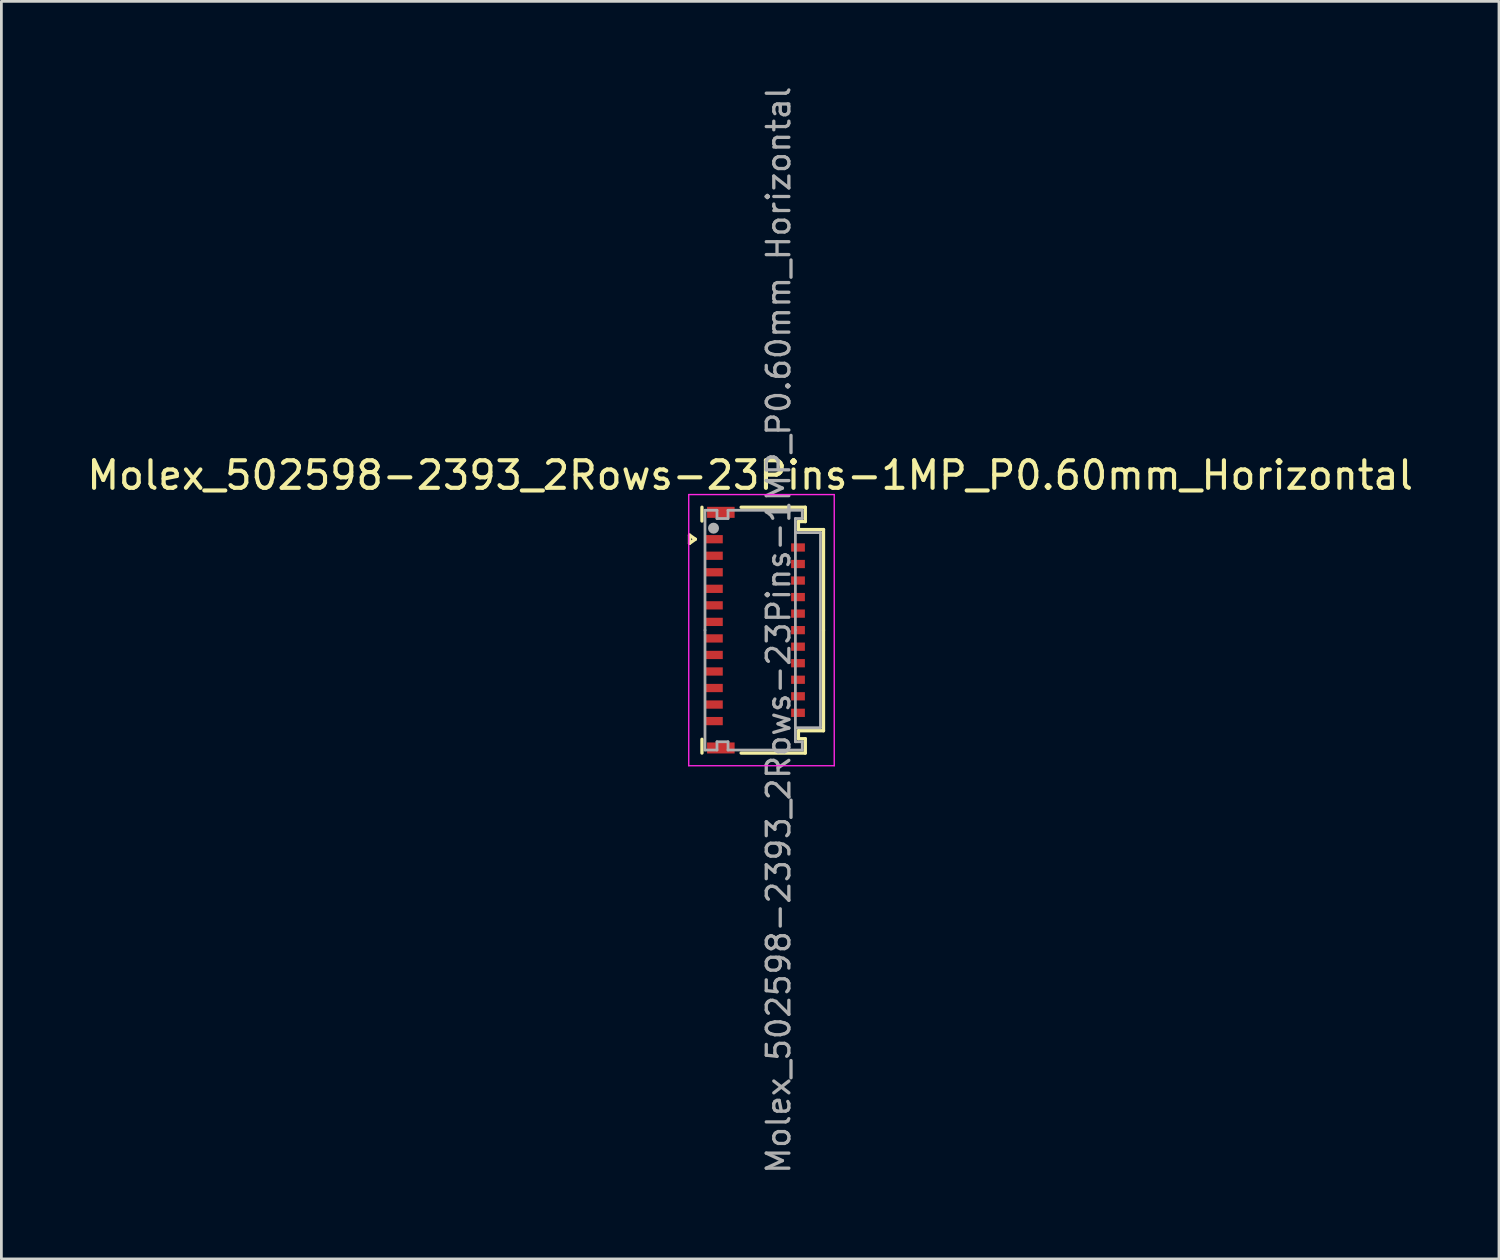
<source format=kicad_pcb>
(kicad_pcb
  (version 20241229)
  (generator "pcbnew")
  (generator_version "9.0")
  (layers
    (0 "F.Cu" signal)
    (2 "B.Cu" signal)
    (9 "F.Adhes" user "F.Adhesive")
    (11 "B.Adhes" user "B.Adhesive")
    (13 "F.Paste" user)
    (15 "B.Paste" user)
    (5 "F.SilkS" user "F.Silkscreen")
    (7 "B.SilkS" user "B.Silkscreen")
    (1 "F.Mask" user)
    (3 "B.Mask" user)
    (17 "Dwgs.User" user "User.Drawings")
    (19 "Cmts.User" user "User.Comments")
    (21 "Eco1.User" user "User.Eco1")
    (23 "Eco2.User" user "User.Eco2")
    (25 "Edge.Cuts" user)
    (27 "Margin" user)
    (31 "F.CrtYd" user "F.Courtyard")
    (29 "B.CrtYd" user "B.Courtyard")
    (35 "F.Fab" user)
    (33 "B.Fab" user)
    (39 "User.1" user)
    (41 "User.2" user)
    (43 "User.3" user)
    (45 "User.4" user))
  (footprint "Molex_502598-2393_2Rows-23Pins-1MP_P0.60mm_Horizontal"
    (layer "F.Cu")
    (at 24.243 19.817)
    (property "Reference" "Molex_502598-2393_2Rows-23Pins-1MP_P0.60mm_Horizontal" (at -0.07 -5.62 180) (layer "F.SilkS") (effects (font (size 1 1) (thickness 0.15))))
    (attr smd)
    (fp_line (start -2.272 -3.45) (end -2.06 -3.3) (stroke (width 0.12) (type solid)) (layer "F.SilkS"))
    (fp_line (start -2.272 -3.15) (end -2.272 -3.45) (stroke (width 0.12) (type solid)) (layer "F.SilkS"))
    (fp_line (start -2.06 -3.3) (end -2.272 -3.15) (stroke (width 0.12) (type solid)) (layer "F.SilkS"))
    (fp_line (start -1.82 -3.96) (end -1.82 -4.46) (stroke (width 0.12) (type solid)) (layer "F.SilkS"))
    (fp_line (start -1.82 3.96) (end -1.82 4.46) (stroke (width 0.12) (type solid)) (layer "F.SilkS"))
    (fp_line (start -0.4 -4.46) (end 1.93 -4.46) (stroke (width 0.12) (type solid)) (layer "F.SilkS"))
    (fp_line (start -0.4 4.46) (end 1.93 4.46) (stroke (width 0.12) (type solid)) (layer "F.SilkS"))
    (fp_line (start 1.68 -3.94) (end 1.68 -3.65) (stroke (width 0.12) (type solid)) (layer "F.SilkS"))
    (fp_line (start 1.68 -3.65) (end 2.59 -3.65) (stroke (width 0.12) (type solid)) (layer "F.SilkS"))
    (fp_line (start 1.68 3.65) (end 2.59 3.65) (stroke (width 0.12) (type solid)) (layer "F.SilkS"))
    (fp_line (start 1.68 3.94) (end 1.68 3.65) (stroke (width 0.12) (type solid)) (layer "F.SilkS"))
    (fp_line (start 1.93 -4.46) (end 1.93 -3.94) (stroke (width 0.12) (type solid)) (layer "F.SilkS"))
    (fp_line (start 1.93 -3.94) (end 1.68 -3.94) (stroke (width 0.12) (type solid)) (layer "F.SilkS"))
    (fp_line (start 1.93 3.94) (end 1.68 3.94) (stroke (width 0.12) (type solid)) (layer "F.SilkS"))
    (fp_line (start 1.93 4.46) (end 1.93 3.94) (stroke (width 0.12) (type solid)) (layer "F.SilkS"))
    (fp_line (start 2.59 -3.65) (end 2.59 0) (stroke (width 0.12) (type solid)) (layer "F.SilkS"))
    (fp_line (start 2.59 3.65) (end 2.59 0) (stroke (width 0.12) (type solid)) (layer "F.SilkS"))
    (fp_line (start -2.3 -4.92) (end -2.3 4.92) (stroke (width 0.05) (type solid)) (layer "F.CrtYd"))
    (fp_line (start -2.3 4.92) (end 2.98 4.92) (stroke (width 0.05) (type solid)) (layer "F.CrtYd"))
    (fp_line (start 2.98 -4.92) (end -2.3 -4.92) (stroke (width 0.05) (type solid)) (layer "F.CrtYd"))
    (fp_line (start 2.98 4.92) (end 2.98 -4.92) (stroke (width 0.05) (type solid)) (layer "F.CrtYd"))
    (fp_line (start -1.71 -4.35) (end -1.275 -4.35) (stroke (width 0.1) (type solid)) (layer "F.Fab"))
    (fp_line (start -1.71 0) (end -1.71 -4.35) (stroke (width 0.1) (type solid)) (layer "F.Fab"))
    (fp_line (start -1.71 0) (end -1.71 4.35) (stroke (width 0.1) (type solid)) (layer "F.Fab"))
    (fp_line (start -1.71 4.35) (end -1.275 4.35) (stroke (width 0.1) (type solid)) (layer "F.Fab"))
    (fp_line (start -1.275 -4.35) (end -1.275 -4.05) (stroke (width 0.1) (type solid)) (layer "F.Fab"))
    (fp_line (start -1.275 -4.05) (end -0.875 -4.05) (stroke (width 0.1) (type solid)) (layer "F.Fab"))
    (fp_line (start -1.275 4.05) (end -0.875 4.05) (stroke (width 0.1) (type solid)) (layer "F.Fab"))
    (fp_line (start -1.275 4.35) (end -1.275 4.05) (stroke (width 0.1) (type solid)) (layer "F.Fab"))
    (fp_line (start -0.875 -4.35) (end 1.82 -4.35) (stroke (width 0.1) (type solid)) (layer "F.Fab"))
    (fp_line (start -0.875 -4.05) (end -0.875 -4.35) (stroke (width 0.1) (type solid)) (layer "F.Fab"))
    (fp_line (start -0.875 4.05) (end -0.875 4.35) (stroke (width 0.1) (type solid)) (layer "F.Fab"))
    (fp_line (start -0.875 4.35) (end 1.82 4.35) (stroke (width 0.1) (type solid)) (layer "F.Fab"))
    (fp_line (start 1.57 -4.05) (end 1.57 0) (stroke (width 0.1) (type solid)) (layer "F.Fab"))
    (fp_line (start 1.57 -3.54) (end 2.48 -3.54) (stroke (width 0.1) (type solid)) (layer "F.Fab"))
    (fp_line (start 1.57 4.05) (end 1.57 0) (stroke (width 0.1) (type solid)) (layer "F.Fab"))
    (fp_line (start 1.82 -4.35) (end 1.82 -4.05) (stroke (width 0.1) (type solid)) (layer "F.Fab"))
    (fp_line (start 1.82 -4.05) (end 1.57 -4.05) (stroke (width 0.1) (type solid)) (layer "F.Fab"))
    (fp_line (start 1.82 4.05) (end 1.57 4.05) (stroke (width 0.1) (type solid)) (layer "F.Fab"))
    (fp_line (start 1.82 4.35) (end 1.82 4.05) (stroke (width 0.1) (type solid)) (layer "F.Fab"))
    (fp_line (start 2.48 -3.54) (end 2.48 3.54) (stroke (width 0.1) (type solid)) (layer "F.Fab"))
    (fp_line (start 2.48 3.54) (end 1.57 3.54) (stroke (width 0.1) (type solid)) (layer "F.Fab"))
    (fp_circle (center -1.4 -3.7) (end -1.3 -3.7) (stroke (width 0.2) (type solid)) (fill no) (layer "F.Fab"))
    (fp_text user "${REFERENCE}" (at 0.96 0 90) (layer "F.Fab") (effects (font (size 0.82 0.82) (thickness 0.12))))
    (pad "1" smd rect (at -1.4 -3.3) (size 0.67 0.3) (layers "F.Cu" "F.Mask" "F.Paste"))
    (pad "2" smd rect (at 1.665 -3) (size 0.5 0.3) (layers "F.Cu" "F.Mask" "F.Paste"))
    (pad "3" smd rect (at -1.4 -2.7) (size 0.67 0.3) (layers "F.Cu" "F.Mask" "F.Paste"))
    (pad "4" smd rect (at 1.665 -2.4) (size 0.5 0.3) (layers "F.Cu" "F.Mask" "F.Paste"))
    (pad "5" smd rect (at -1.4 -2.1) (size 0.67 0.3) (layers "F.Cu" "F.Mask" "F.Paste"))
    (pad "6" smd rect (at 1.665 -1.8) (size 0.5 0.3) (layers "F.Cu" "F.Mask" "F.Paste"))
    (pad "7" smd rect (at -1.4 -1.5) (size 0.67 0.3) (layers "F.Cu" "F.Mask" "F.Paste"))
    (pad "8" smd rect (at 1.665 -1.2) (size 0.5 0.3) (layers "F.Cu" "F.Mask" "F.Paste"))
    (pad "9" smd rect (at -1.4 -0.9) (size 0.67 0.3) (layers "F.Cu" "F.Mask" "F.Paste"))
    (pad "10" smd rect (at 1.665 -0.6) (size 0.5 0.3) (layers "F.Cu" "F.Mask" "F.Paste"))
    (pad "11" smd rect (at -1.4 -0.3) (size 0.67 0.3) (layers "F.Cu" "F.Mask" "F.Paste"))
    (pad "12" smd rect (at 1.665 0) (size 0.5 0.3) (layers "F.Cu" "F.Mask" "F.Paste"))
    (pad "13" smd rect (at -1.4 0.3) (size 0.67 0.3) (layers "F.Cu" "F.Mask" "F.Paste"))
    (pad "14" smd rect (at 1.665 0.6) (size 0.5 0.3) (layers "F.Cu" "F.Mask" "F.Paste"))
    (pad "15" smd rect (at -1.4 0.9) (size 0.67 0.3) (layers "F.Cu" "F.Mask" "F.Paste"))
    (pad "16" smd rect (at 1.665 1.2) (size 0.5 0.3) (layers "F.Cu" "F.Mask" "F.Paste"))
    (pad "17" smd rect (at -1.4 1.5) (size 0.67 0.3) (layers "F.Cu" "F.Mask" "F.Paste"))
    (pad "18" smd rect (at 1.665 1.8) (size 0.5 0.3) (layers "F.Cu" "F.Mask" "F.Paste"))
    (pad "19" smd rect (at -1.4 2.1) (size 0.67 0.3) (layers "F.Cu" "F.Mask" "F.Paste"))
    (pad "20" smd rect (at 1.665 2.4) (size 0.5 0.3) (layers "F.Cu" "F.Mask" "F.Paste"))
    (pad "21" smd rect (at -1.4 2.7) (size 0.67 0.3) (layers "F.Cu" "F.Mask" "F.Paste"))
    (pad "22" smd rect (at 1.665 3) (size 0.5 0.3) (layers "F.Cu" "F.Mask" "F.Paste"))
    (pad "23" smd rect (at -1.4 3.3) (size 0.67 0.3) (layers "F.Cu" "F.Mask" "F.Paste"))
    (pad "MP" smd rect (at -1.135 -4.275) (size 1 0.4) (layers "F.Cu" "F.Mask" "F.Paste"))
    (pad "MP" smd rect (at -1.135 4.275) (size 1 0.4) (layers "F.Cu" "F.Mask" "F.Paste")))
  (gr_rect
    (start -3 -3)
    (end 51.345 42.634)
    (stroke (width 0.1) (type default))
    (fill no)
    (layer "Edge.Cuts")))
</source>
